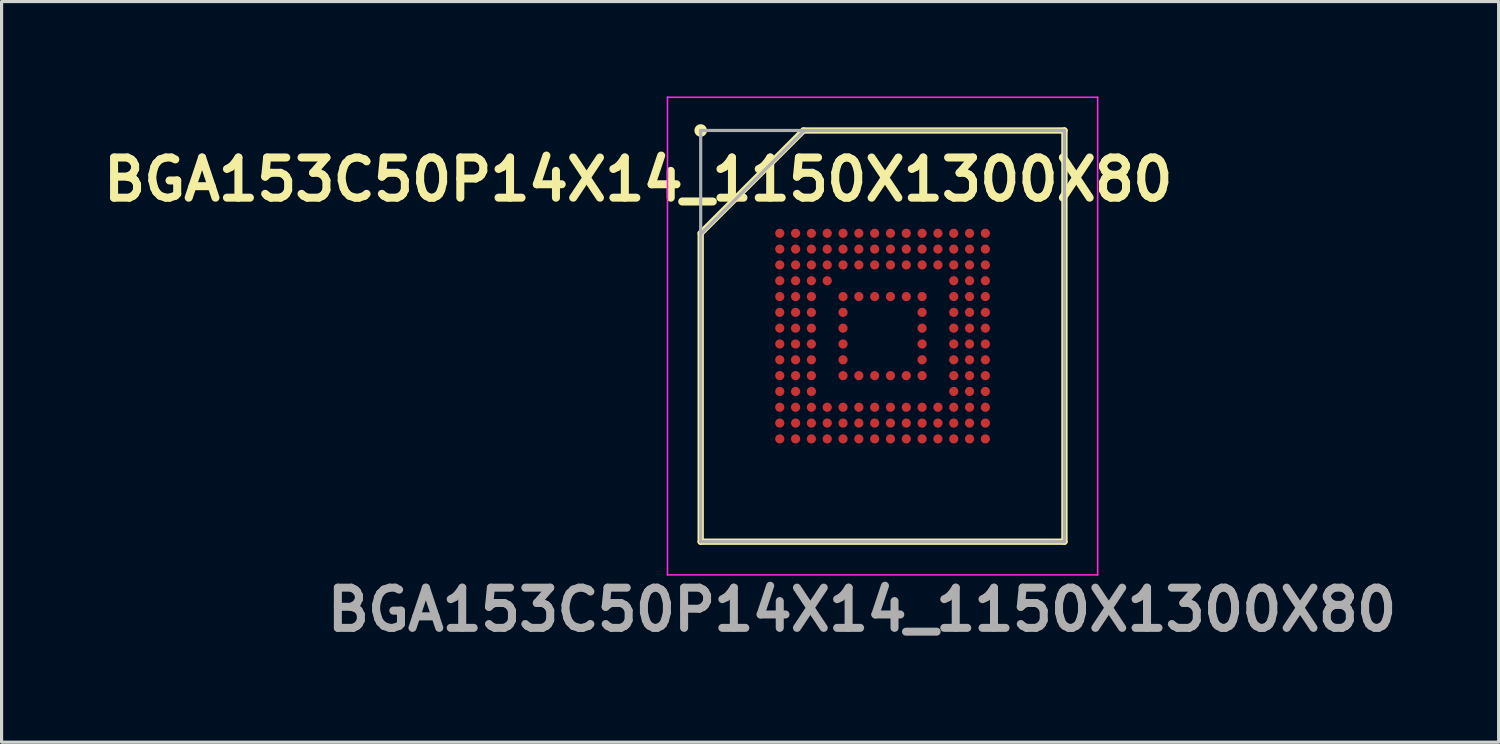
<source format=kicad_pcb>
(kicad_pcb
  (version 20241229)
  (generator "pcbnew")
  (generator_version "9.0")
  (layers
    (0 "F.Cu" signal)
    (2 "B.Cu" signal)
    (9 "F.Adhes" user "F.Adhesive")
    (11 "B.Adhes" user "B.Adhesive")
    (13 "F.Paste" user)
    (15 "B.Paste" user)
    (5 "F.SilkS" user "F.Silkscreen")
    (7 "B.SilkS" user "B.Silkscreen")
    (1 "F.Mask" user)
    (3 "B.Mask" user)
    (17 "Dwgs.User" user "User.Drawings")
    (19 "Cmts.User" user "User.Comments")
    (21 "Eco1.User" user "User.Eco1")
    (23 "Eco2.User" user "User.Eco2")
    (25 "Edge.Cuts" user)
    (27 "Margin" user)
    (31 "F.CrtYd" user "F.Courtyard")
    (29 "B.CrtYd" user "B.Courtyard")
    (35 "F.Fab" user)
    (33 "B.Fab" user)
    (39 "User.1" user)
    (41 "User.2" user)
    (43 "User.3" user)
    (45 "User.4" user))
  (footprint "BGA153C50P14X14_1150X1300X80"
    (layer "F.Cu")
    (at 24.852 7.575)
    (property "Reference" "BGA153C50P14X14_1150X1300X80" (at -7.725 -4.95 0) (layer "F.SilkS") (effects (font (size 1.27 1.27) (thickness 0.254))))
    (attr smd)
    (fp_line (start -5.75 -3.25) (end -2.5 -6.5) (stroke (width 0.2) (type solid)) (layer "F.SilkS"))
    (fp_line (start -5.75 6.5) (end -5.75 -3.25) (stroke (width 0.2) (type solid)) (layer "F.SilkS"))
    (fp_line (start -2.5 -6.5) (end 5.75 -6.5) (stroke (width 0.2) (type solid)) (layer "F.SilkS"))
    (fp_line (start 5.75 -6.5) (end 5.75 6.5) (stroke (width 0.2) (type solid)) (layer "F.SilkS"))
    (fp_line (start 5.75 6.5) (end -5.75 6.5) (stroke (width 0.2) (type solid)) (layer "F.SilkS"))
    (fp_circle (center -5.75 -6.5) (end -5.75 -6.4) (stroke (width 0.2) (type solid)) (fill no) (layer "F.SilkS"))
    (fp_line (start -6.8 -7.55) (end 6.8 -7.55) (stroke (width 0.05) (type solid)) (layer "F.CrtYd"))
    (fp_line (start -6.8 7.55) (end -6.8 -7.55) (stroke (width 0.05) (type solid)) (layer "F.CrtYd"))
    (fp_line (start 6.8 -7.55) (end 6.8 7.55) (stroke (width 0.05) (type solid)) (layer "F.CrtYd"))
    (fp_line (start 6.8 7.55) (end -6.8 7.55) (stroke (width 0.05) (type solid)) (layer "F.CrtYd"))
    (fp_line (start -5.75 -6.5) (end 5.75 -6.5) (stroke (width 0.1) (type solid)) (layer "F.Fab"))
    (fp_line (start -5.75 -3.225) (end -2.475 -6.5) (stroke (width 0.1) (type solid)) (layer "F.Fab"))
    (fp_line (start -5.75 6.5) (end -5.75 -6.5) (stroke (width 0.1) (type solid)) (layer "F.Fab"))
    (fp_line (start 5.75 -6.5) (end 5.75 6.5) (stroke (width 0.1) (type solid)) (layer "F.Fab"))
    (fp_line (start 5.75 6.5) (end -5.75 6.5) (stroke (width 0.1) (type solid)) (layer "F.Fab"))
    (fp_text user "${REFERENCE}" (at -0.65 8.65 0) (layer "F.Fab") (effects (font (size 1.27 1.27) (thickness 0.254))))
    (pad "A1" smd circle (at -3.25 -3.25 90) (size 0.29 0.29) (layers "F.Cu" "F.Mask" "F.Paste"))
    (pad "A2" smd circle (at -2.75 -3.25 90) (size 0.29 0.29) (layers "F.Cu" "F.Mask" "F.Paste"))
    (pad "A3" smd circle (at -2.25 -3.25 90) (size 0.29 0.29) (layers "F.Cu" "F.Mask" "F.Paste"))
    (pad "A4" smd circle (at -1.75 -3.25 90) (size 0.29 0.29) (layers "F.Cu" "F.Mask" "F.Paste"))
    (pad "A5" smd circle (at -1.25 -3.25 90) (size 0.29 0.29) (layers "F.Cu" "F.Mask" "F.Paste"))
    (pad "A6" smd circle (at -0.75 -3.25 90) (size 0.29 0.29) (layers "F.Cu" "F.Mask" "F.Paste"))
    (pad "A7" smd circle (at -0.25 -3.25 90) (size 0.29 0.29) (layers "F.Cu" "F.Mask" "F.Paste"))
    (pad "A8" smd circle (at 0.25 -3.25 90) (size 0.29 0.29) (layers "F.Cu" "F.Mask" "F.Paste"))
    (pad "A9" smd circle (at 0.75 -3.25 90) (size 0.29 0.29) (layers "F.Cu" "F.Mask" "F.Paste"))
    (pad "A10" smd circle (at 1.25 -3.25 90) (size 0.29 0.29) (layers "F.Cu" "F.Mask" "F.Paste"))
    (pad "A11" smd circle (at 1.75 -3.25 90) (size 0.29 0.29) (layers "F.Cu" "F.Mask" "F.Paste"))
    (pad "A12" smd circle (at 2.25 -3.25 90) (size 0.29 0.29) (layers "F.Cu" "F.Mask" "F.Paste"))
    (pad "A13" smd circle (at 2.75 -3.25 90) (size 0.29 0.29) (layers "F.Cu" "F.Mask" "F.Paste"))
    (pad "A14" smd circle (at 3.25 -3.25 90) (size 0.29 0.29) (layers "F.Cu" "F.Mask" "F.Paste"))
    (pad "B1" smd circle (at -3.25 -2.75 90) (size 0.29 0.29) (layers "F.Cu" "F.Mask" "F.Paste"))
    (pad "B2" smd circle (at -2.75 -2.75 90) (size 0.29 0.29) (layers "F.Cu" "F.Mask" "F.Paste"))
    (pad "B3" smd circle (at -2.25 -2.75 90) (size 0.29 0.29) (layers "F.Cu" "F.Mask" "F.Paste"))
    (pad "B4" smd circle (at -1.75 -2.75 90) (size 0.29 0.29) (layers "F.Cu" "F.Mask" "F.Paste"))
    (pad "B5" smd circle (at -1.25 -2.75 90) (size 0.29 0.29) (layers "F.Cu" "F.Mask" "F.Paste"))
    (pad "B6" smd circle (at -0.75 -2.75 90) (size 0.29 0.29) (layers "F.Cu" "F.Mask" "F.Paste"))
    (pad "B7" smd circle (at -0.25 -2.75 90) (size 0.29 0.29) (layers "F.Cu" "F.Mask" "F.Paste"))
    (pad "B8" smd circle (at 0.25 -2.75 90) (size 0.29 0.29) (layers "F.Cu" "F.Mask" "F.Paste"))
    (pad "B9" smd circle (at 0.75 -2.75 90) (size 0.29 0.29) (layers "F.Cu" "F.Mask" "F.Paste"))
    (pad "B10" smd circle (at 1.25 -2.75 90) (size 0.29 0.29) (layers "F.Cu" "F.Mask" "F.Paste"))
    (pad "B11" smd circle (at 1.75 -2.75 90) (size 0.29 0.29) (layers "F.Cu" "F.Mask" "F.Paste"))
    (pad "B12" smd circle (at 2.25 -2.75 90) (size 0.29 0.29) (layers "F.Cu" "F.Mask" "F.Paste"))
    (pad "B13" smd circle (at 2.75 -2.75 90) (size 0.29 0.29) (layers "F.Cu" "F.Mask" "F.Paste"))
    (pad "B14" smd circle (at 3.25 -2.75 90) (size 0.29 0.29) (layers "F.Cu" "F.Mask" "F.Paste"))
    (pad "C1" smd circle (at -3.25 -2.25 90) (size 0.29 0.29) (layers "F.Cu" "F.Mask" "F.Paste"))
    (pad "C2" smd circle (at -2.75 -2.25 90) (size 0.29 0.29) (layers "F.Cu" "F.Mask" "F.Paste"))
    (pad "C3" smd circle (at -2.25 -2.25 90) (size 0.29 0.29) (layers "F.Cu" "F.Mask" "F.Paste"))
    (pad "C4" smd circle (at -1.75 -2.25 90) (size 0.29 0.29) (layers "F.Cu" "F.Mask" "F.Paste"))
    (pad "C5" smd circle (at -1.25 -2.25 90) (size 0.29 0.29) (layers "F.Cu" "F.Mask" "F.Paste"))
    (pad "C6" smd circle (at -0.75 -2.25 90) (size 0.29 0.29) (layers "F.Cu" "F.Mask" "F.Paste"))
    (pad "C7" smd circle (at -0.25 -2.25 90) (size 0.29 0.29) (layers "F.Cu" "F.Mask" "F.Paste"))
    (pad "C8" smd circle (at 0.25 -2.25 90) (size 0.29 0.29) (layers "F.Cu" "F.Mask" "F.Paste"))
    (pad "C9" smd circle (at 0.75 -2.25 90) (size 0.29 0.29) (layers "F.Cu" "F.Mask" "F.Paste"))
    (pad "C10" smd circle (at 1.25 -2.25 90) (size 0.29 0.29) (layers "F.Cu" "F.Mask" "F.Paste"))
    (pad "C11" smd circle (at 1.75 -2.25 90) (size 0.29 0.29) (layers "F.Cu" "F.Mask" "F.Paste"))
    (pad "C12" smd circle (at 2.25 -2.25 90) (size 0.29 0.29) (layers "F.Cu" "F.Mask" "F.Paste"))
    (pad "C13" smd circle (at 2.75 -2.25 90) (size 0.29 0.29) (layers "F.Cu" "F.Mask" "F.Paste"))
    (pad "C14" smd circle (at 3.25 -2.25 90) (size 0.29 0.29) (layers "F.Cu" "F.Mask" "F.Paste"))
    (pad "D1" smd circle (at -3.25 -1.75 90) (size 0.29 0.29) (layers "F.Cu" "F.Mask" "F.Paste"))
    (pad "D2" smd circle (at -2.75 -1.75 90) (size 0.29 0.29) (layers "F.Cu" "F.Mask" "F.Paste"))
    (pad "D3" smd circle (at -2.25 -1.75 90) (size 0.29 0.29) (layers "F.Cu" "F.Mask" "F.Paste"))
    (pad "D4" smd circle (at -1.75 -1.75 90) (size 0.29 0.29) (layers "F.Cu" "F.Mask" "F.Paste"))
    (pad "D12" smd circle (at 2.25 -1.75 90) (size 0.29 0.29) (layers "F.Cu" "F.Mask" "F.Paste"))
    (pad "D13" smd circle (at 2.75 -1.75 90) (size 0.29 0.29) (layers "F.Cu" "F.Mask" "F.Paste"))
    (pad "D14" smd circle (at 3.25 -1.75 90) (size 0.29 0.29) (layers "F.Cu" "F.Mask" "F.Paste"))
    (pad "E1" smd circle (at -3.25 -1.25 90) (size 0.29 0.29) (layers "F.Cu" "F.Mask" "F.Paste"))
    (pad "E2" smd circle (at -2.75 -1.25 90) (size 0.29 0.29) (layers "F.Cu" "F.Mask" "F.Paste"))
    (pad "E3" smd circle (at -2.25 -1.25 90) (size 0.29 0.29) (layers "F.Cu" "F.Mask" "F.Paste"))
    (pad "E5" smd circle (at -1.25 -1.25 90) (size 0.29 0.29) (layers "F.Cu" "F.Mask" "F.Paste"))
    (pad "E6" smd circle (at -0.75 -1.25 90) (size 0.29 0.29) (layers "F.Cu" "F.Mask" "F.Paste"))
    (pad "E7" smd circle (at -0.25 -1.25 90) (size 0.29 0.29) (layers "F.Cu" "F.Mask" "F.Paste"))
    (pad "E8" smd circle (at 0.25 -1.25 90) (size 0.29 0.29) (layers "F.Cu" "F.Mask" "F.Paste"))
    (pad "E9" smd circle (at 0.75 -1.25 90) (size 0.29 0.29) (layers "F.Cu" "F.Mask" "F.Paste"))
    (pad "E10" smd circle (at 1.25 -1.25 90) (size 0.29 0.29) (layers "F.Cu" "F.Mask" "F.Paste"))
    (pad "E12" smd circle (at 2.25 -1.25 90) (size 0.29 0.29) (layers "F.Cu" "F.Mask" "F.Paste"))
    (pad "E13" smd circle (at 2.75 -1.25 90) (size 0.29 0.29) (layers "F.Cu" "F.Mask" "F.Paste"))
    (pad "E14" smd circle (at 3.25 -1.25 90) (size 0.29 0.29) (layers "F.Cu" "F.Mask" "F.Paste"))
    (pad "F1" smd circle (at -3.25 -0.75 90) (size 0.29 0.29) (layers "F.Cu" "F.Mask" "F.Paste"))
    (pad "F2" smd circle (at -2.75 -0.75 90) (size 0.29 0.29) (layers "F.Cu" "F.Mask" "F.Paste"))
    (pad "F3" smd circle (at -2.25 -0.75 90) (size 0.29 0.29) (layers "F.Cu" "F.Mask" "F.Paste"))
    (pad "F5" smd circle (at -1.25 -0.75 90) (size 0.29 0.29) (layers "F.Cu" "F.Mask" "F.Paste"))
    (pad "F10" smd circle (at 1.25 -0.75 90) (size 0.29 0.29) (layers "F.Cu" "F.Mask" "F.Paste"))
    (pad "F12" smd circle (at 2.25 -0.75 90) (size 0.29 0.29) (layers "F.Cu" "F.Mask" "F.Paste"))
    (pad "F13" smd circle (at 2.75 -0.75 90) (size 0.29 0.29) (layers "F.Cu" "F.Mask" "F.Paste"))
    (pad "F14" smd circle (at 3.25 -0.75 90) (size 0.29 0.29) (layers "F.Cu" "F.Mask" "F.Paste"))
    (pad "G1" smd circle (at -3.25 -0.25 90) (size 0.29 0.29) (layers "F.Cu" "F.Mask" "F.Paste"))
    (pad "G2" smd circle (at -2.75 -0.25 90) (size 0.29 0.29) (layers "F.Cu" "F.Mask" "F.Paste"))
    (pad "G3" smd circle (at -2.25 -0.25 90) (size 0.29 0.29) (layers "F.Cu" "F.Mask" "F.Paste"))
    (pad "G5" smd circle (at -1.25 -0.25 90) (size 0.29 0.29) (layers "F.Cu" "F.Mask" "F.Paste"))
    (pad "G10" smd circle (at 1.25 -0.25 90) (size 0.29 0.29) (layers "F.Cu" "F.Mask" "F.Paste"))
    (pad "G12" smd circle (at 2.25 -0.25 90) (size 0.29 0.29) (layers "F.Cu" "F.Mask" "F.Paste"))
    (pad "G13" smd circle (at 2.75 -0.25 90) (size 0.29 0.29) (layers "F.Cu" "F.Mask" "F.Paste"))
    (pad "G14" smd circle (at 3.25 -0.25 90) (size 0.29 0.29) (layers "F.Cu" "F.Mask" "F.Paste"))
    (pad "H1" smd circle (at -3.25 0.25 90) (size 0.29 0.29) (layers "F.Cu" "F.Mask" "F.Paste"))
    (pad "H2" smd circle (at -2.75 0.25 90) (size 0.29 0.29) (layers "F.Cu" "F.Mask" "F.Paste"))
    (pad "H3" smd circle (at -2.25 0.25 90) (size 0.29 0.29) (layers "F.Cu" "F.Mask" "F.Paste"))
    (pad "H5" smd circle (at -1.25 0.25 90) (size 0.29 0.29) (layers "F.Cu" "F.Mask" "F.Paste"))
    (pad "H10" smd circle (at 1.25 0.25 90) (size 0.29 0.29) (layers "F.Cu" "F.Mask" "F.Paste"))
    (pad "H12" smd circle (at 2.25 0.25 90) (size 0.29 0.29) (layers "F.Cu" "F.Mask" "F.Paste"))
    (pad "H13" smd circle (at 2.75 0.25 90) (size 0.29 0.29) (layers "F.Cu" "F.Mask" "F.Paste"))
    (pad "H14" smd circle (at 3.25 0.25 90) (size 0.29 0.29) (layers "F.Cu" "F.Mask" "F.Paste"))
    (pad "J1" smd circle (at -3.25 0.75 90) (size 0.29 0.29) (layers "F.Cu" "F.Mask" "F.Paste"))
    (pad "J2" smd circle (at -2.75 0.75 90) (size 0.29 0.29) (layers "F.Cu" "F.Mask" "F.Paste"))
    (pad "J3" smd circle (at -2.25 0.75 90) (size 0.29 0.29) (layers "F.Cu" "F.Mask" "F.Paste"))
    (pad "J5" smd circle (at -1.25 0.75 90) (size 0.29 0.29) (layers "F.Cu" "F.Mask" "F.Paste"))
    (pad "J10" smd circle (at 1.25 0.75 90) (size 0.29 0.29) (layers "F.Cu" "F.Mask" "F.Paste"))
    (pad "J12" smd circle (at 2.25 0.75 90) (size 0.29 0.29) (layers "F.Cu" "F.Mask" "F.Paste"))
    (pad "J13" smd circle (at 2.75 0.75 90) (size 0.29 0.29) (layers "F.Cu" "F.Mask" "F.Paste"))
    (pad "J14" smd circle (at 3.25 0.75 90) (size 0.29 0.29) (layers "F.Cu" "F.Mask" "F.Paste"))
    (pad "K1" smd circle (at -3.25 1.25 90) (size 0.29 0.29) (layers "F.Cu" "F.Mask" "F.Paste"))
    (pad "K2" smd circle (at -2.75 1.25 90) (size 0.29 0.29) (layers "F.Cu" "F.Mask" "F.Paste"))
    (pad "K3" smd circle (at -2.25 1.25 90) (size 0.29 0.29) (layers "F.Cu" "F.Mask" "F.Paste"))
    (pad "K5" smd circle (at -1.25 1.25 90) (size 0.29 0.29) (layers "F.Cu" "F.Mask" "F.Paste"))
    (pad "K6" smd circle (at -0.75 1.25 90) (size 0.29 0.29) (layers "F.Cu" "F.Mask" "F.Paste"))
    (pad "K7" smd circle (at -0.25 1.25 90) (size 0.29 0.29) (layers "F.Cu" "F.Mask" "F.Paste"))
    (pad "K8" smd circle (at 0.25 1.25 90) (size 0.29 0.29) (layers "F.Cu" "F.Mask" "F.Paste"))
    (pad "K9" smd circle (at 0.75 1.25 90) (size 0.29 0.29) (layers "F.Cu" "F.Mask" "F.Paste"))
    (pad "K10" smd circle (at 1.25 1.25 90) (size 0.29 0.29) (layers "F.Cu" "F.Mask" "F.Paste"))
    (pad "K12" smd circle (at 2.25 1.25 90) (size 0.29 0.29) (layers "F.Cu" "F.Mask" "F.Paste"))
    (pad "K13" smd circle (at 2.75 1.25 90) (size 0.29 0.29) (layers "F.Cu" "F.Mask" "F.Paste"))
    (pad "K14" smd circle (at 3.25 1.25 90) (size 0.29 0.29) (layers "F.Cu" "F.Mask" "F.Paste"))
    (pad "L1" smd circle (at -3.25 1.75 90) (size 0.29 0.29) (layers "F.Cu" "F.Mask" "F.Paste"))
    (pad "L2" smd circle (at -2.75 1.75 90) (size 0.29 0.29) (layers "F.Cu" "F.Mask" "F.Paste"))
    (pad "L3" smd circle (at -2.25 1.75 90) (size 0.29 0.29) (layers "F.Cu" "F.Mask" "F.Paste"))
    (pad "L12" smd circle (at 2.25 1.75 90) (size 0.29 0.29) (layers "F.Cu" "F.Mask" "F.Paste"))
    (pad "L13" smd circle (at 2.75 1.75 90) (size 0.29 0.29) (layers "F.Cu" "F.Mask" "F.Paste"))
    (pad "L14" smd circle (at 3.25 1.75 90) (size 0.29 0.29) (layers "F.Cu" "F.Mask" "F.Paste"))
    (pad "M1" smd circle (at -3.25 2.25 90) (size 0.29 0.29) (layers "F.Cu" "F.Mask" "F.Paste"))
    (pad "M2" smd circle (at -2.75 2.25 90) (size 0.29 0.29) (layers "F.Cu" "F.Mask" "F.Paste"))
    (pad "M3" smd circle (at -2.25 2.25 90) (size 0.29 0.29) (layers "F.Cu" "F.Mask" "F.Paste"))
    (pad "M4" smd circle (at -1.75 2.25 90) (size 0.29 0.29) (layers "F.Cu" "F.Mask" "F.Paste"))
    (pad "M5" smd circle (at -1.25 2.25 90) (size 0.29 0.29) (layers "F.Cu" "F.Mask" "F.Paste"))
    (pad "M6" smd circle (at -0.75 2.25 90) (size 0.29 0.29) (layers "F.Cu" "F.Mask" "F.Paste"))
    (pad "M7" smd circle (at -0.25 2.25 90) (size 0.29 0.29) (layers "F.Cu" "F.Mask" "F.Paste"))
    (pad "M8" smd circle (at 0.25 2.25 90) (size 0.29 0.29) (layers "F.Cu" "F.Mask" "F.Paste"))
    (pad "M9" smd circle (at 0.75 2.25 90) (size 0.29 0.29) (layers "F.Cu" "F.Mask" "F.Paste"))
    (pad "M10" smd circle (at 1.25 2.25 90) (size 0.29 0.29) (layers "F.Cu" "F.Mask" "F.Paste"))
    (pad "M11" smd circle (at 1.75 2.25 90) (size 0.29 0.29) (layers "F.Cu" "F.Mask" "F.Paste"))
    (pad "M12" smd circle (at 2.25 2.25 90) (size 0.29 0.29) (layers "F.Cu" "F.Mask" "F.Paste"))
    (pad "M13" smd circle (at 2.75 2.25 90) (size 0.29 0.29) (layers "F.Cu" "F.Mask" "F.Paste"))
    (pad "M14" smd circle (at 3.25 2.25 90) (size 0.29 0.29) (layers "F.Cu" "F.Mask" "F.Paste"))
    (pad "N1" smd circle (at -3.25 2.75 90) (size 0.29 0.29) (layers "F.Cu" "F.Mask" "F.Paste"))
    (pad "N2" smd circle (at -2.75 2.75 90) (size 0.29 0.29) (layers "F.Cu" "F.Mask" "F.Paste"))
    (pad "N3" smd circle (at -2.25 2.75 90) (size 0.29 0.29) (layers "F.Cu" "F.Mask" "F.Paste"))
    (pad "N4" smd circle (at -1.75 2.75 90) (size 0.29 0.29) (layers "F.Cu" "F.Mask" "F.Paste"))
    (pad "N5" smd circle (at -1.25 2.75 90) (size 0.29 0.29) (layers "F.Cu" "F.Mask" "F.Paste"))
    (pad "N6" smd circle (at -0.75 2.75 90) (size 0.29 0.29) (layers "F.Cu" "F.Mask" "F.Paste"))
    (pad "N7" smd circle (at -0.25 2.75 90) (size 0.29 0.29) (layers "F.Cu" "F.Mask" "F.Paste"))
    (pad "N8" smd circle (at 0.25 2.75 90) (size 0.29 0.29) (layers "F.Cu" "F.Mask" "F.Paste"))
    (pad "N9" smd circle (at 0.75 2.75 90) (size 0.29 0.29) (layers "F.Cu" "F.Mask" "F.Paste"))
    (pad "N10" smd circle (at 1.25 2.75 90) (size 0.29 0.29) (layers "F.Cu" "F.Mask" "F.Paste"))
    (pad "N11" smd circle (at 1.75 2.75 90) (size 0.29 0.29) (layers "F.Cu" "F.Mask" "F.Paste"))
    (pad "N12" smd circle (at 2.25 2.75 90) (size 0.29 0.29) (layers "F.Cu" "F.Mask" "F.Paste"))
    (pad "N13" smd circle (at 2.75 2.75 90) (size 0.29 0.29) (layers "F.Cu" "F.Mask" "F.Paste"))
    (pad "N14" smd circle (at 3.25 2.75 90) (size 0.29 0.29) (layers "F.Cu" "F.Mask" "F.Paste"))
    (pad "P1" smd circle (at -3.25 3.25 90) (size 0.29 0.29) (layers "F.Cu" "F.Mask" "F.Paste"))
    (pad "P2" smd circle (at -2.75 3.25 90) (size 0.29 0.29) (layers "F.Cu" "F.Mask" "F.Paste"))
    (pad "P3" smd circle (at -2.25 3.25 90) (size 0.29 0.29) (layers "F.Cu" "F.Mask" "F.Paste"))
    (pad "P4" smd circle (at -1.75 3.25 90) (size 0.29 0.29) (layers "F.Cu" "F.Mask" "F.Paste"))
    (pad "P5" smd circle (at -1.25 3.25 90) (size 0.29 0.29) (layers "F.Cu" "F.Mask" "F.Paste"))
    (pad "P6" smd circle (at -0.75 3.25 90) (size 0.29 0.29) (layers "F.Cu" "F.Mask" "F.Paste"))
    (pad "P7" smd circle (at -0.25 3.25 90) (size 0.29 0.29) (layers "F.Cu" "F.Mask" "F.Paste"))
    (pad "P8" smd circle (at 0.25 3.25 90) (size 0.29 0.29) (layers "F.Cu" "F.Mask" "F.Paste"))
    (pad "P9" smd circle (at 0.75 3.25 90) (size 0.29 0.29) (layers "F.Cu" "F.Mask" "F.Paste"))
    (pad "P10" smd circle (at 1.25 3.25 90) (size 0.29 0.29) (layers "F.Cu" "F.Mask" "F.Paste"))
    (pad "P11" smd circle (at 1.75 3.25 90) (size 0.29 0.29) (layers "F.Cu" "F.Mask" "F.Paste"))
    (pad "P12" smd circle (at 2.25 3.25 90) (size 0.29 0.29) (layers "F.Cu" "F.Mask" "F.Paste"))
    (pad "P13" smd circle (at 2.75 3.25 90) (size 0.29 0.29) (layers "F.Cu" "F.Mask" "F.Paste"))
    (pad "P14" smd circle (at 3.25 3.25 90) (size 0.29 0.29) (layers "F.Cu" "F.Mask" "F.Paste")))
  (gr_rect
    (start -3 -3)
    (end 44.329 20.414)
    (stroke (width 0.1) (type default))
    (fill no)
    (layer "Edge.Cuts")))
</source>
